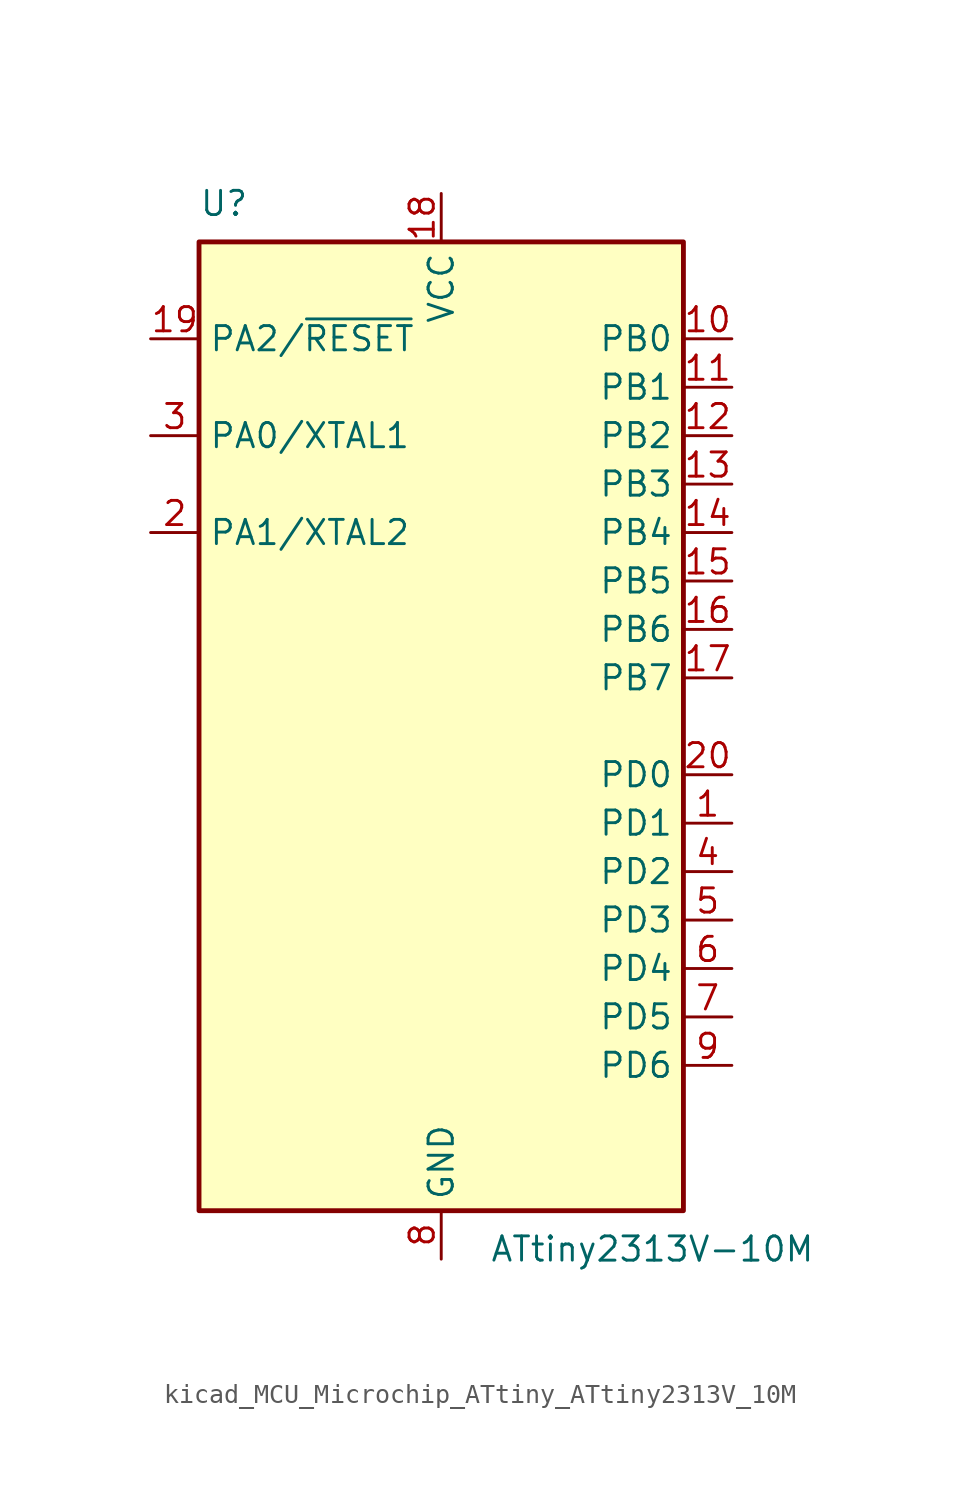
<source format=kicad_sym>
(kicad_symbol_lib
  (version 20220914)
  (generator kicad_symbol_editor)
  (symbol "kicad_MCU_Microchip_ATtiny_ATtiny2313V_10M"
    (property "Reference" "U"
      (at -12.7 26.67 0)
      (effects (font (size 1.27 1.27)) (justify left bottom)))
    (property "Value" "ATtiny2313V-10M"
      (at 2.54 -26.67 0)
      (effects (font (size 1.27 1.27)) (justify left top)))
    (symbol "kicad_MCU_Microchip_ATtiny_ATtiny2313V_10M_0_1"
      (rectangle (start -12.7 -25.4) (end 12.7 25.4) (stroke (width 0.254) (type default)) (fill (type background))))
    (symbol "kicad_MCU_Microchip_ATtiny_ATtiny2313V_10M_1_1"
      (pin bidirectional line (at 15.24 -5.08 180) (length 2.54) (name "PD1" (effects (font (size 1.27 1.27)))) (number "1" (effects (font (size 1.27 1.27)))))
      (pin bidirectional line (at 15.24 20.32 180) (length 2.54) (name "PB0" (effects (font (size 1.27 1.27)))) (number "10" (effects (font (size 1.27 1.27)))))
      (pin bidirectional line (at 15.24 17.78 180) (length 2.54) (name "PB1" (effects (font (size 1.27 1.27)))) (number "11" (effects (font (size 1.27 1.27)))))
      (pin bidirectional line (at 15.24 15.24 180) (length 2.54) (name "PB2" (effects (font (size 1.27 1.27)))) (number "12" (effects (font (size 1.27 1.27)))))
      (pin bidirectional line (at 15.24 12.7 180) (length 2.54) (name "PB3" (effects (font (size 1.27 1.27)))) (number "13" (effects (font (size 1.27 1.27)))))
      (pin bidirectional line (at 15.24 10.16 180) (length 2.54) (name "PB4" (effects (font (size 1.27 1.27)))) (number "14" (effects (font (size 1.27 1.27)))))
      (pin bidirectional line (at 15.24 7.62 180) (length 2.54) (name "PB5" (effects (font (size 1.27 1.27)))) (number "15" (effects (font (size 1.27 1.27)))))
      (pin bidirectional line (at 15.24 5.08 180) (length 2.54) (name "PB6" (effects (font (size 1.27 1.27)))) (number "16" (effects (font (size 1.27 1.27)))))
      (pin bidirectional line (at 15.24 2.54 180) (length 2.54) (name "PB7" (effects (font (size 1.27 1.27)))) (number "17" (effects (font (size 1.27 1.27)))))
      (pin power_in line (at 0 27.94 270) (length 2.54) (name "VCC" (effects (font (size 1.27 1.27)))) (number "18" (effects (font (size 1.27 1.27)))))
      (pin bidirectional line (at -15.24 20.32 0) (length 2.54) (name "PA2/~{RESET}" (effects (font (size 1.27 1.27)))) (number "19" (effects (font (size 1.27 1.27)))))
      (pin bidirectional line (at -15.24 10.16 0) (length 2.54) (name "PA1/XTAL2" (effects (font (size 1.27 1.27)))) (number "2" (effects (font (size 1.27 1.27)))))
      (pin bidirectional line (at 15.24 -2.54 180) (length 2.54) (name "PD0" (effects (font (size 1.27 1.27)))) (number "20" (effects (font (size 1.27 1.27)))))
      (pin passive line (at 0 -27.94 90) (length 2.54) hide (name "GND" (effects (font (size 1.27 1.27)))) (number "21" (effects (font (size 1.27 1.27)))))
      (pin bidirectional line (at -15.24 15.24 0) (length 2.54) (name "PA0/XTAL1" (effects (font (size 1.27 1.27)))) (number "3" (effects (font (size 1.27 1.27)))))
      (pin bidirectional line (at 15.24 -7.62 180) (length 2.54) (name "PD2" (effects (font (size 1.27 1.27)))) (number "4" (effects (font (size 1.27 1.27)))))
      (pin bidirectional line (at 15.24 -10.16 180) (length 2.54) (name "PD3" (effects (font (size 1.27 1.27)))) (number "5" (effects (font (size 1.27 1.27)))))
      (pin bidirectional line (at 15.24 -12.7 180) (length 2.54) (name "PD4" (effects (font (size 1.27 1.27)))) (number "6" (effects (font (size 1.27 1.27)))))
      (pin bidirectional line (at 15.24 -15.24 180) (length 2.54) (name "PD5" (effects (font (size 1.27 1.27)))) (number "7" (effects (font (size 1.27 1.27)))))
      (pin power_in line (at 0 -27.94 90) (length 2.54) (name "GND" (effects (font (size 1.27 1.27)))) (number "8" (effects (font (size 1.27 1.27)))))
      (pin bidirectional line (at 15.24 -17.78 180) (length 2.54) (name "PD6" (effects (font (size 1.27 1.27)))) (number "9" (effects (font (size 1.27 1.27))))))))
</source>
